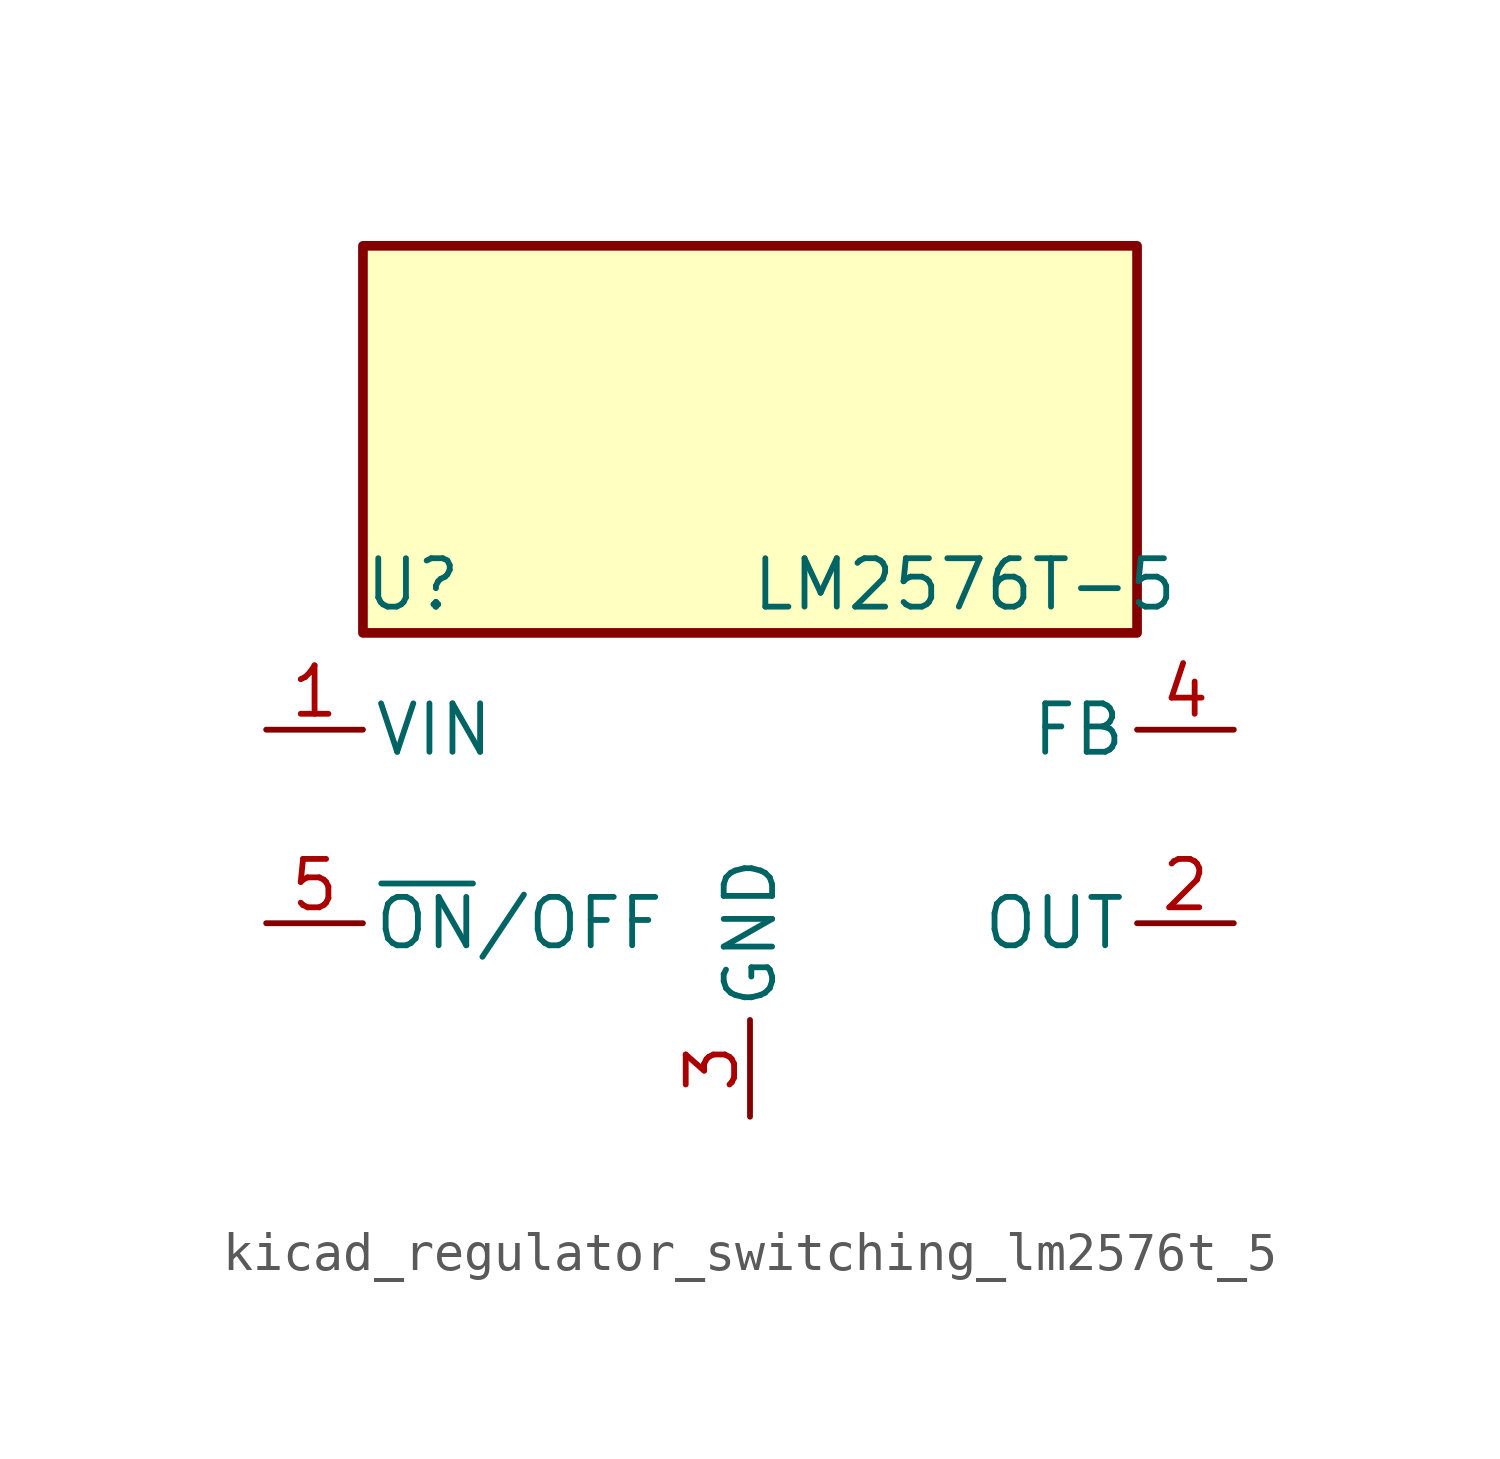
<source format=kicad_sym>
(kicad_symbol_lib
  (version 20220914)
  (generator kicad_symbol_editor)
  (symbol "kicad_regulator_switching_lm2576t_5"
    (pin_names
      (offset 0.254))
    (property "Reference" "U"
      (at -10.16 6.35 0)
      (effects (font (size 1.27 1.27)) (justify left)))
    (property "Value" "LM2576T-5"
      (at 0 6.35 0)
      (effects (font (size 1.27 1.27)) (justify left)))
    (symbol "kicad_regulator_switching_lm2576t_5_0_1"
      (rectangle (start 10.16 15.24) (end -10.16 5.08) (stroke (width 0.254) (type default)) (fill (type background))))
    (symbol "kicad_regulator_switching_lm2576t_5_1_1"
      (pin power_in line (at -12.7 2.54 0) (length 2.54) (name "VIN" (effects (font (size 1.27 1.27)))) (number "1" (effects (font (size 1.27 1.27)))))
      (pin output line (at 12.7 -2.54 180) (length 2.54) (name "OUT" (effects (font (size 1.27 1.27)))) (number "2" (effects (font (size 1.27 1.27)))))
      (pin power_in line (at 0 -7.62 90) (length 2.54) (name "GND" (effects (font (size 1.27 1.27)))) (number "3" (effects (font (size 1.27 1.27)))))
      (pin input line (at 12.7 2.54 180) (length 2.54) (name "FB" (effects (font (size 1.27 1.27)))) (number "4" (effects (font (size 1.27 1.27)))))
      (pin input line (at -12.7 -2.54 0) (length 2.54) (name "~{ON}/OFF" (effects (font (size 1.27 1.27)))) (number "5" (effects (font (size 1.27 1.27))))))))
</source>
